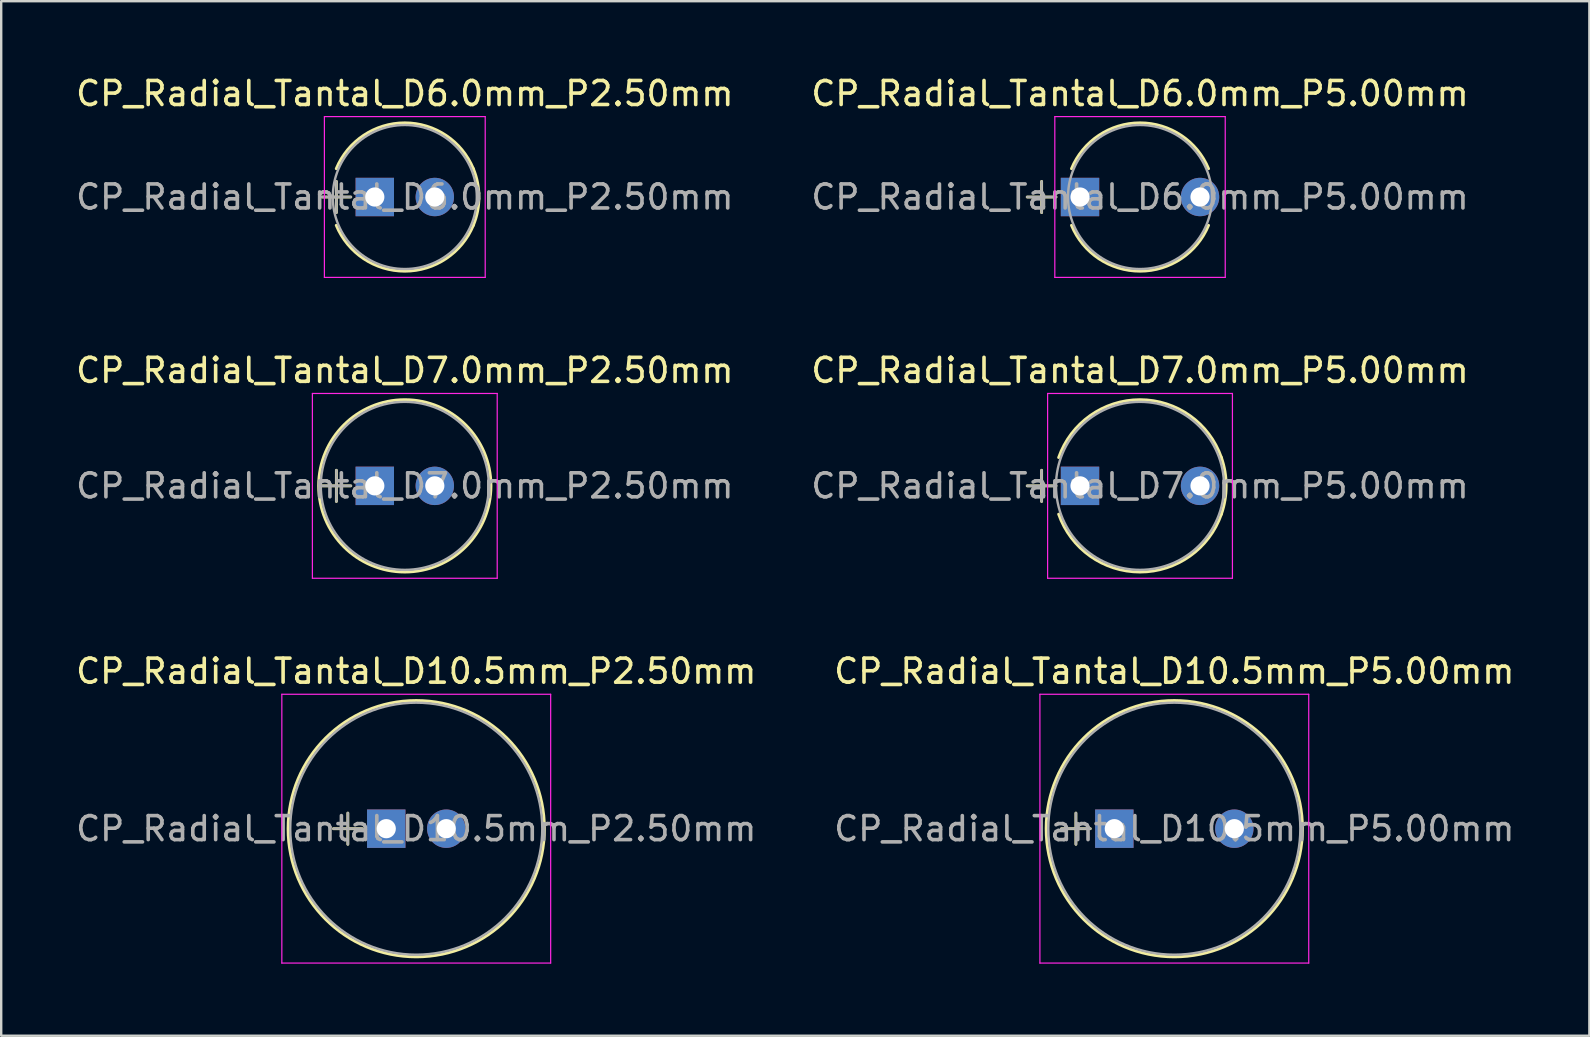
<source format=kicad_pcb>
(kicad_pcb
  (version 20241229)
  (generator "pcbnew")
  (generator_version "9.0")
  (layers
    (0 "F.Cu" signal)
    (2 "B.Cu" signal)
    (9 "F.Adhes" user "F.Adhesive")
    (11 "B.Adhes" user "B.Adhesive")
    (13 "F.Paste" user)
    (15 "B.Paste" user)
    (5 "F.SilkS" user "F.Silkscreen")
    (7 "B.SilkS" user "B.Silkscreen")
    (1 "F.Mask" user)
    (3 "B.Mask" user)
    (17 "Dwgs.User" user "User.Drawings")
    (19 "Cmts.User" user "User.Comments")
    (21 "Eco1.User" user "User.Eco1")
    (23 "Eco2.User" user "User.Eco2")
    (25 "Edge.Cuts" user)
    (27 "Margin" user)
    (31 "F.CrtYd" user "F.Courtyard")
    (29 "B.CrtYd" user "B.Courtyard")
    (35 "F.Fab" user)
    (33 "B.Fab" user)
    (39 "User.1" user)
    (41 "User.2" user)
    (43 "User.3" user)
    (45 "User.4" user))
  (footprint "CP_Radial_Tantal_D7.0mm_P5.00mm"
    (layer "F.Cu")
    (at 41.946 17.192)
    (property "Reference" "CP_Radial_Tantal_D7.0mm_P5.00mm" (at 2.5 -4.81 0) (layer "F.SilkS") (effects (font (size 1 1) (thickness 0.15))))
    (attr through_hole)
    (fp_line (start -2.2 0) (end -1 0) (stroke (width 0.12) (type solid)) (layer "F.SilkS"))
    (fp_line (start -1.6 -0.65) (end -1.6 0.65) (stroke (width 0.12) (type solid)) (layer "F.SilkS"))
    (fp_arc (start -0.890531 -1.18) (mid 2.499331 -3.59) (end 5.890091 -1.181263) (stroke (width 0.12) (type solid)) (layer "F.SilkS"))
    (fp_arc (start 5.890091 1.181263) (mid 2.499331 3.59) (end -0.890531 1.18) (stroke (width 0.12) (type solid)) (layer "F.SilkS"))
    (fp_arc (start 5.890531 -1.18) (mid 6.09 0.000669) (end 5.890091 1.181263) (stroke (width 0.12) (type solid)) (layer "F.SilkS"))
    (fp_line (start -1.35 -3.85) (end -1.35 3.85) (stroke (width 0.05) (type solid)) (layer "F.CrtYd"))
    (fp_line (start -1.35 3.85) (end 6.35 3.85) (stroke (width 0.05) (type solid)) (layer "F.CrtYd"))
    (fp_line (start 6.35 -3.85) (end -1.35 -3.85) (stroke (width 0.05) (type solid)) (layer "F.CrtYd"))
    (fp_line (start 6.35 3.85) (end 6.35 -3.85) (stroke (width 0.05) (type solid)) (layer "F.CrtYd"))
    (fp_line (start -2.2 0) (end -1 0) (stroke (width 0.1) (type solid)) (layer "F.Fab"))
    (fp_line (start -1.6 -0.65) (end -1.6 0.65) (stroke (width 0.1) (type solid)) (layer "F.Fab"))
    (fp_circle (center 2.5 0) (end 6 0) (stroke (width 0.1) (type solid)) (fill no) (layer "F.Fab"))
    (fp_text user "${REFERENCE}" (at 2.5 0 0) (layer "F.Fab") (effects (font (size 1 1) (thickness 0.15))))
    (pad "1" thru_hole rect (at 0 0) (size 1.6 1.6) (drill 0.8) (layers "*.Cu" "*.Mask"))
    (pad "2" thru_hole circle (at 5 0) (size 1.6 1.6) (drill 0.8) (layers "*.Cu" "*.Mask")))
  (footprint "CP_Radial_Tantal_D10.5mm_P5.00mm"
    (layer "F.Cu")
    (at 43.375 31.475)
    (property "Reference" "CP_Radial_Tantal_D10.5mm_P5.00mm" (at 2.5 -6.56 0) (layer "F.SilkS") (effects (font (size 1 1) (thickness 0.15))))
    (attr through_hole)
    (fp_line (start -2.2 0) (end -1 0) (stroke (width 0.12) (type solid)) (layer "F.SilkS"))
    (fp_line (start -1.6 -0.65) (end -1.6 0.65) (stroke (width 0.12) (type solid)) (layer "F.SilkS"))
    (fp_circle (center 2.5 0) (end 7.84 0) (stroke (width 0.12) (type solid)) (fill no) (layer "F.SilkS"))
    (fp_line (start -3.1 -5.6) (end -3.1 5.6) (stroke (width 0.05) (type solid)) (layer "F.CrtYd"))
    (fp_line (start -3.1 5.6) (end 8.1 5.6) (stroke (width 0.05) (type solid)) (layer "F.CrtYd"))
    (fp_line (start 8.1 -5.6) (end -3.1 -5.6) (stroke (width 0.05) (type solid)) (layer "F.CrtYd"))
    (fp_line (start 8.1 5.6) (end 8.1 -5.6) (stroke (width 0.05) (type solid)) (layer "F.CrtYd"))
    (fp_line (start -2.2 0) (end -1 0) (stroke (width 0.1) (type solid)) (layer "F.Fab"))
    (fp_line (start -1.6 -0.65) (end -1.6 0.65) (stroke (width 0.1) (type solid)) (layer "F.Fab"))
    (fp_circle (center 2.5 0) (end 7.75 0) (stroke (width 0.1) (type solid)) (fill no) (layer "F.Fab"))
    (fp_text user "${REFERENCE}" (at 2.5 0 0) (layer "F.Fab") (effects (font (size 1 1) (thickness 0.15))))
    (pad "1" thru_hole rect (at 0 0) (size 1.6 1.6) (drill 0.8) (layers "*.Cu" "*.Mask"))
    (pad "2" thru_hole circle (at 5 0) (size 1.6 1.6) (drill 0.8) (layers "*.Cu" "*.Mask")))
  (footprint "CP_Radial_Tantal_D7.0mm_P2.50mm"
    (layer "F.Cu")
    (at 12.565 17.192)
    (property "Reference" "CP_Radial_Tantal_D7.0mm_P2.50mm" (at 1.25 -4.81 0) (layer "F.SilkS") (effects (font (size 1 1) (thickness 0.15))))
    (attr through_hole)
    (fp_line (start -2.2 0) (end -1 0) (stroke (width 0.12) (type solid)) (layer "F.SilkS"))
    (fp_line (start -1.6 -0.65) (end -1.6 0.65) (stroke (width 0.12) (type solid)) (layer "F.SilkS"))
    (fp_circle (center 1.25 0) (end 4.84 0) (stroke (width 0.12) (type solid)) (fill no) (layer "F.SilkS"))
    (fp_line (start -2.6 -3.85) (end -2.6 3.85) (stroke (width 0.05) (type solid)) (layer "F.CrtYd"))
    (fp_line (start -2.6 3.85) (end 5.1 3.85) (stroke (width 0.05) (type solid)) (layer "F.CrtYd"))
    (fp_line (start 5.1 -3.85) (end -2.6 -3.85) (stroke (width 0.05) (type solid)) (layer "F.CrtYd"))
    (fp_line (start 5.1 3.85) (end 5.1 -3.85) (stroke (width 0.05) (type solid)) (layer "F.CrtYd"))
    (fp_line (start -2.2 0) (end -1 0) (stroke (width 0.1) (type solid)) (layer "F.Fab"))
    (fp_line (start -1.6 -0.65) (end -1.6 0.65) (stroke (width 0.1) (type solid)) (layer "F.Fab"))
    (fp_circle (center 1.25 0) (end 4.75 0) (stroke (width 0.1) (type solid)) (fill no) (layer "F.Fab"))
    (fp_text user "${REFERENCE}" (at 1.25 0 0) (layer "F.Fab") (effects (font (size 1 1) (thickness 0.15))))
    (pad "1" thru_hole rect (at 0 0) (size 1.6 1.6) (drill 0.8) (layers "*.Cu" "*.Mask"))
    (pad "2" thru_hole circle (at 2.5 0) (size 1.6 1.6) (drill 0.8) (layers "*.Cu" "*.Mask")))
  (footprint "CP_Radial_Tantal_D6.0mm_P2.50mm"
    (layer "F.Cu")
    (at 12.565 5.158)
    (property "Reference" "CP_Radial_Tantal_D6.0mm_P2.50mm" (at 1.25 -4.31 0) (layer "F.SilkS") (effects (font (size 1 1) (thickness 0.15))))
    (attr through_hole)
    (fp_line (start -2.2 0) (end -1 0) (stroke (width 0.12) (type solid)) (layer "F.SilkS"))
    (fp_line (start -1.6 -0.65) (end -1.6 0.65) (stroke (width 0.12) (type solid)) (layer "F.SilkS"))
    (fp_arc (start -1.605819 -1.18) (mid 1.25 -3.09) (end 4.105819 -1.18) (stroke (width 0.12) (type solid)) (layer "F.SilkS"))
    (fp_arc (start 4.105819 -1.18) (mid 4.34 0) (end 4.105819 1.18) (stroke (width 0.12) (type solid)) (layer "F.SilkS"))
    (fp_arc (start 4.105819 1.18) (mid 1.25 3.09) (end -1.605819 1.18) (stroke (width 0.12) (type solid)) (layer "F.SilkS"))
    (fp_line (start -2.1 -3.35) (end -2.1 3.35) (stroke (width 0.05) (type solid)) (layer "F.CrtYd"))
    (fp_line (start -2.1 3.35) (end 4.6 3.35) (stroke (width 0.05) (type solid)) (layer "F.CrtYd"))
    (fp_line (start 4.6 -3.35) (end -2.1 -3.35) (stroke (width 0.05) (type solid)) (layer "F.CrtYd"))
    (fp_line (start 4.6 3.35) (end 4.6 -3.35) (stroke (width 0.05) (type solid)) (layer "F.CrtYd"))
    (fp_line (start -2.2 0) (end -1 0) (stroke (width 0.1) (type solid)) (layer "F.Fab"))
    (fp_line (start -1.6 -0.65) (end -1.6 0.65) (stroke (width 0.1) (type solid)) (layer "F.Fab"))
    (fp_circle (center 1.25 0) (end 4.25 0) (stroke (width 0.1) (type solid)) (fill no) (layer "F.Fab"))
    (fp_text user "${REFERENCE}" (at 1.25 0 0) (layer "F.Fab") (effects (font (size 1 1) (thickness 0.15))))
    (pad "1" thru_hole rect (at 0 0) (size 1.6 1.6) (drill 0.8) (layers "*.Cu" "*.Mask"))
    (pad "2" thru_hole circle (at 2.5 0) (size 1.6 1.6) (drill 0.8) (layers "*.Cu" "*.Mask")))
  (footprint "CP_Radial_Tantal_D6.0mm_P5.00mm"
    (layer "F.Cu")
    (at 41.946 5.158)
    (property "Reference" "CP_Radial_Tantal_D6.0mm_P5.00mm" (at 2.5 -4.31 0) (layer "F.SilkS") (effects (font (size 1 1) (thickness 0.15))))
    (attr through_hole)
    (fp_line (start -2.2 0) (end -1 0) (stroke (width 0.12) (type solid)) (layer "F.SilkS"))
    (fp_line (start -1.6 -0.65) (end -1.6 0.65) (stroke (width 0.12) (type solid)) (layer "F.SilkS"))
    (fp_arc (start -0.355819 -1.18) (mid 2.5 -3.09) (end 5.355819 -1.18) (stroke (width 0.12) (type solid)) (layer "F.SilkS"))
    (fp_arc (start 5.355819 1.18) (mid 2.5 3.09) (end -0.355819 1.18) (stroke (width 0.12) (type solid)) (layer "F.SilkS"))
    (fp_line (start -1.05 -3.35) (end -1.05 3.35) (stroke (width 0.05) (type solid)) (layer "F.CrtYd"))
    (fp_line (start -1.05 3.35) (end 6.05 3.35) (stroke (width 0.05) (type solid)) (layer "F.CrtYd"))
    (fp_line (start 6.05 -3.35) (end -1.05 -3.35) (stroke (width 0.05) (type solid)) (layer "F.CrtYd"))
    (fp_line (start 6.05 3.35) (end 6.05 -3.35) (stroke (width 0.05) (type solid)) (layer "F.CrtYd"))
    (fp_line (start -2.2 0) (end -1 0) (stroke (width 0.1) (type solid)) (layer "F.Fab"))
    (fp_line (start -1.6 -0.65) (end -1.6 0.65) (stroke (width 0.1) (type solid)) (layer "F.Fab"))
    (fp_circle (center 2.5 0) (end 5.5 0) (stroke (width 0.1) (type solid)) (fill no) (layer "F.Fab"))
    (fp_text user "${REFERENCE}" (at 2.5 0 0) (layer "F.Fab") (effects (font (size 1 1) (thickness 0.15))))
    (pad "1" thru_hole rect (at 0 0) (size 1.6 1.6) (drill 0.8) (layers "*.Cu" "*.Mask"))
    (pad "2" thru_hole circle (at 5 0) (size 1.6 1.6) (drill 0.8) (layers "*.Cu" "*.Mask")))
  (footprint "CP_Radial_Tantal_D10.5mm_P2.50mm"
    (layer "F.Cu")
    (at 13.042 31.475)
    (property "Reference" "CP_Radial_Tantal_D10.5mm_P2.50mm" (at 1.25 -6.56 0) (layer "F.SilkS") (effects (font (size 1 1) (thickness 0.15))))
    (attr through_hole)
    (fp_line (start -2.2 0) (end -1 0) (stroke (width 0.12) (type solid)) (layer "F.SilkS"))
    (fp_line (start -1.6 -0.65) (end -1.6 0.65) (stroke (width 0.12) (type solid)) (layer "F.SilkS"))
    (fp_circle (center 1.25 0) (end 6.59 0) (stroke (width 0.12) (type solid)) (fill no) (layer "F.SilkS"))
    (fp_line (start -4.35 -5.6) (end -4.35 5.6) (stroke (width 0.05) (type solid)) (layer "F.CrtYd"))
    (fp_line (start -4.35 5.6) (end 6.85 5.6) (stroke (width 0.05) (type solid)) (layer "F.CrtYd"))
    (fp_line (start 6.85 -5.6) (end -4.35 -5.6) (stroke (width 0.05) (type solid)) (layer "F.CrtYd"))
    (fp_line (start 6.85 5.6) (end 6.85 -5.6) (stroke (width 0.05) (type solid)) (layer "F.CrtYd"))
    (fp_line (start -2.2 0) (end -1 0) (stroke (width 0.1) (type solid)) (layer "F.Fab"))
    (fp_line (start -1.6 -0.65) (end -1.6 0.65) (stroke (width 0.1) (type solid)) (layer "F.Fab"))
    (fp_circle (center 1.25 0) (end 6.5 0) (stroke (width 0.1) (type solid)) (fill no) (layer "F.Fab"))
    (fp_text user "${REFERENCE}" (at 1.25 0 0) (layer "F.Fab") (effects (font (size 1 1) (thickness 0.15))))
    (pad "1" thru_hole rect (at 0 0) (size 1.6 1.6) (drill 0.8) (layers "*.Cu" "*.Mask"))
    (pad "2" thru_hole circle (at 2.5 0) (size 1.6 1.6) (drill 0.8) (layers "*.Cu" "*.Mask")))
  (gr_rect
    (start -3 -3)
    (end 63.167 40.1)
    (stroke (width 0.1) (type default))
    (fill no)
    (layer "Edge.Cuts")))
</source>
